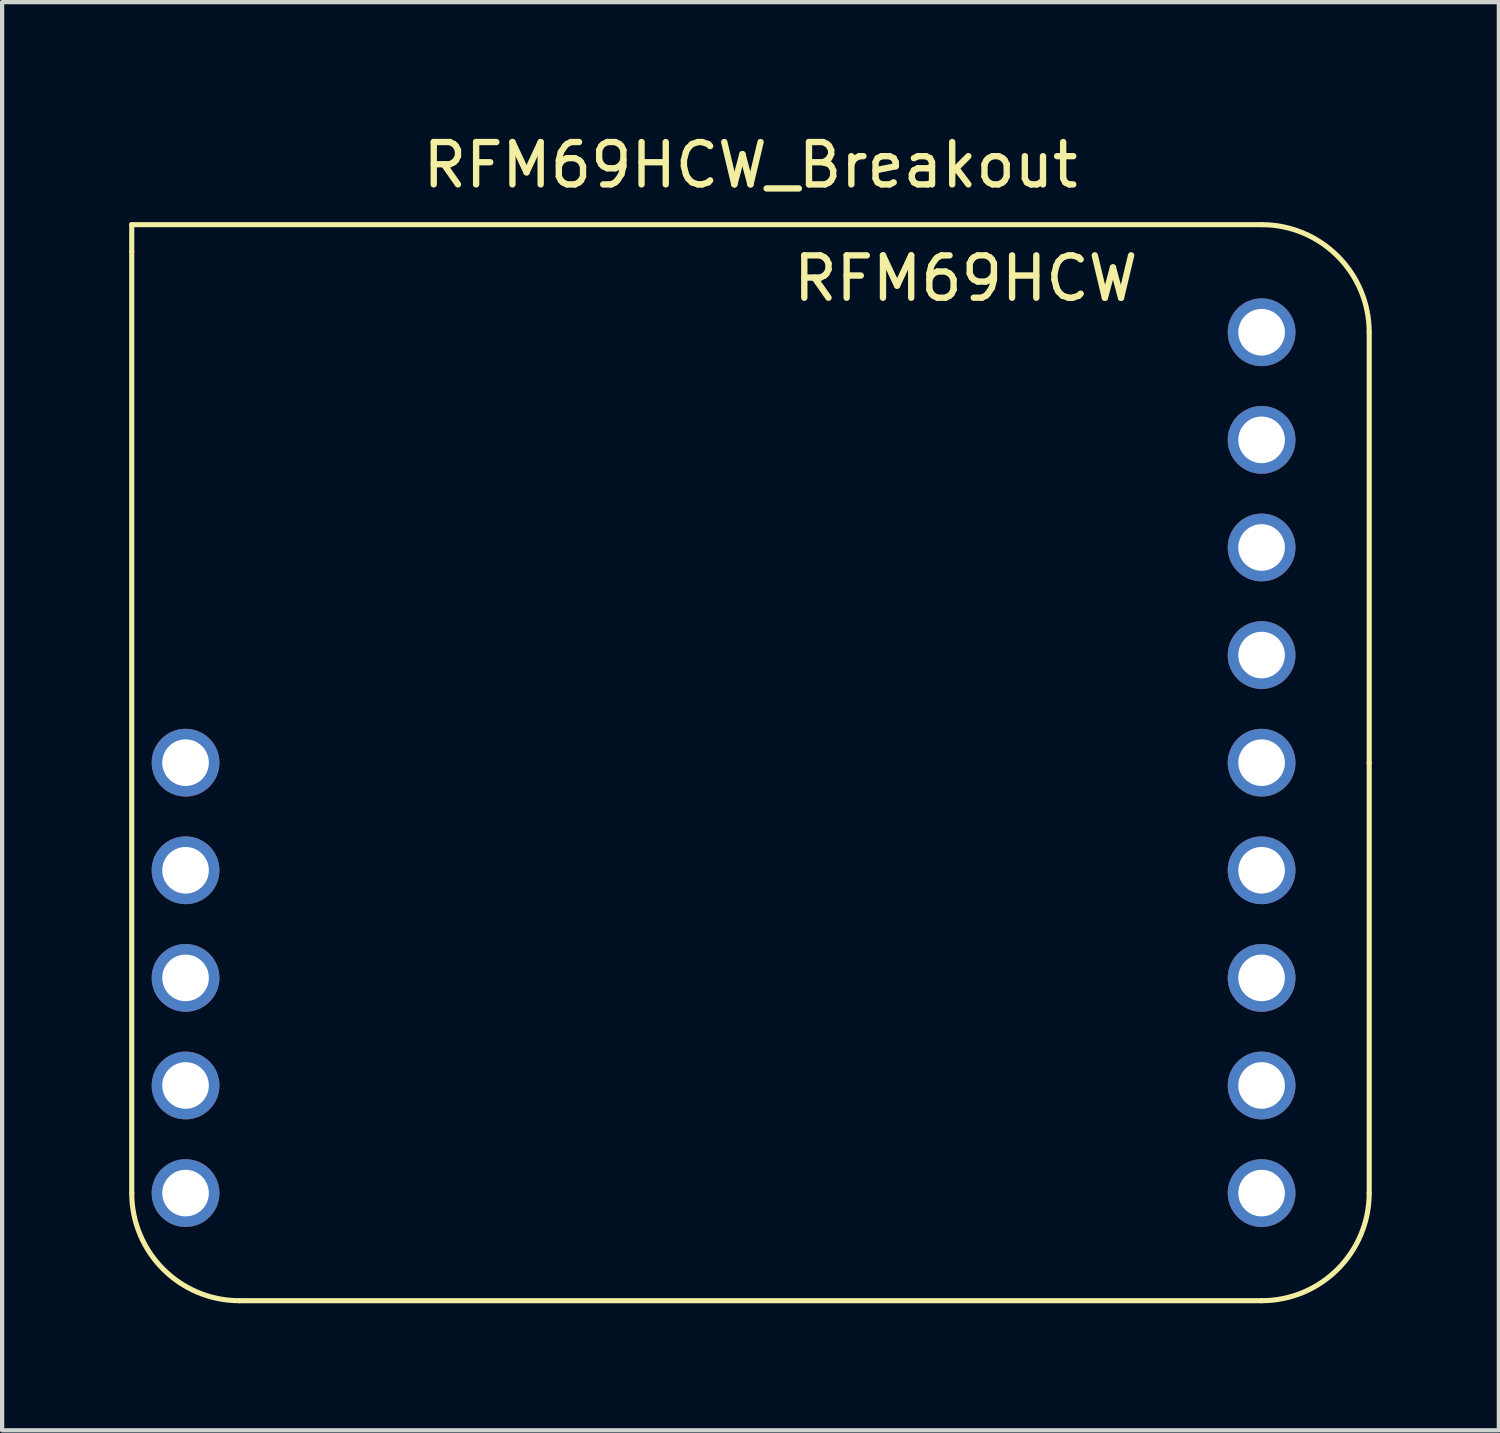
<source format=kicad_pcb>
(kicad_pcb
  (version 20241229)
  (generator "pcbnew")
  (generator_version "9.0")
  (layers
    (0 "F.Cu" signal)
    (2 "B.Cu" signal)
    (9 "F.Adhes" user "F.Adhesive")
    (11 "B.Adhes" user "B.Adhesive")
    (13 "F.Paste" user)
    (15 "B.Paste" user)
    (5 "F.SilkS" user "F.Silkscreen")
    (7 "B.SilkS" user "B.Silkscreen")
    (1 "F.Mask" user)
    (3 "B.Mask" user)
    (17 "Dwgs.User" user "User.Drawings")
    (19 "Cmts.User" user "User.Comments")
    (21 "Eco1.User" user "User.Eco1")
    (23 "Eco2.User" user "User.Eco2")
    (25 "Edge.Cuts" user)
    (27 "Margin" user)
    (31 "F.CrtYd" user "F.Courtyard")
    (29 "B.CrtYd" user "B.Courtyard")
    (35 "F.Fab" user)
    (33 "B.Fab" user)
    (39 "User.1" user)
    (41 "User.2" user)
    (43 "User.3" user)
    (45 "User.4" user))
  (footprint "RFM69HCW_Breakout"
    (layer "F.Cu")
    (at 14.665 14.953)
    (property "Reference" "RFM69HCW_Breakout" (at 0 -14.105 0) (layer "F.SilkS") (effects (font (size 1 1) (thickness 0.15))))
    (attr through_hole)
    (fp_line (start -14.605 -12.065) (end -14.605 -12.7) (stroke (width 0.12) (type solid)) (layer "F.SilkS"))
    (fp_line (start -14.605 -12.065) (end -14.605 10.16) (stroke (width 0.12) (type solid)) (layer "F.SilkS"))
    (fp_line (start -12.065 12.7) (end 12.065 12.7) (stroke (width 0.12) (type solid)) (layer "F.SilkS"))
    (fp_line (start 12.065 -12.7) (end -14.605 -12.7) (stroke (width 0.12) (type solid)) (layer "F.SilkS"))
    (fp_line (start 14.605 0) (end 14.605 -10.16) (stroke (width 0.12) (type solid)) (layer "F.SilkS"))
    (fp_line (start 14.605 0) (end 14.605 10.16) (stroke (width 0.12) (type solid)) (layer "F.SilkS"))
    (fp_arc (start -12.065 12.7) (mid -13.861051 11.956051) (end -14.605 10.16) (stroke (width 0.12) (type solid)) (layer "F.SilkS"))
    (fp_arc (start 12.065 -12.7) (mid 13.861051 -11.956051) (end 14.605 -10.16) (stroke (width 0.12) (type solid)) (layer "F.SilkS"))
    (fp_arc (start 14.605 10.16) (mid 13.861051 11.956051) (end 12.065 12.7) (stroke (width 0.12) (type solid)) (layer "F.SilkS"))
    (fp_text user "RFM69HCW" (at 5.08 -11.43 0) (layer "F.SilkS") (effects (font (size 1 1) (thickness 0.15))))
    (pad "1" thru_hole circle (at 12.065 10.16 180) (size 1.6 1.6) (drill 1.1) (layers "*.Cu" "*.Mask"))
    (pad "2" thru_hole circle (at 12.065 7.62 180) (size 1.6 1.6) (drill 1.1) (layers "*.Cu" "*.Mask"))
    (pad "3" thru_hole circle (at 12.065 5.08 180) (size 1.6 1.6) (drill 1.1) (layers "*.Cu" "*.Mask"))
    (pad "4" thru_hole circle (at 12.065 2.54 180) (size 1.6 1.6) (drill 1.1) (layers "*.Cu" "*.Mask"))
    (pad "5" thru_hole circle (at 12.065 0 180) (size 1.6 1.6) (drill 1.1) (layers "*.Cu" "*.Mask"))
    (pad "6" thru_hole circle (at 12.065 -2.54 180) (size 1.6 1.6) (drill 1.1) (layers "*.Cu" "*.Mask"))
    (pad "7" thru_hole circle (at 12.065 -5.08 180) (size 1.6 1.6) (drill 1.1) (layers "*.Cu" "*.Mask"))
    (pad "8" thru_hole circle (at 12.065 -7.62 180) (size 1.6 1.6) (drill 1.1) (layers "*.Cu" "*.Mask"))
    (pad "9" thru_hole circle (at 12.065 -10.16 180) (size 1.6 1.6) (drill 1.1) (layers "*.Cu" "*.Mask"))
    (pad "10" thru_hole circle (at -13.335 0 180) (size 1.6 1.6) (drill 1.1) (layers "*.Cu" "*.Mask"))
    (pad "11" thru_hole circle (at -13.335 2.54 180) (size 1.6 1.6) (drill 1.1) (layers "*.Cu" "*.Mask"))
    (pad "12" thru_hole circle (at -13.335 5.08 180) (size 1.6 1.6) (drill 1.1) (layers "*.Cu" "*.Mask"))
    (pad "13" thru_hole circle (at -13.335 7.62 180) (size 1.6 1.6) (drill 1.1) (layers "*.Cu" "*.Mask"))
    (pad "14" thru_hole circle (at -13.335 10.16 180) (size 1.6 1.6) (drill 1.1) (layers "*.Cu" "*.Mask")))
  (gr_rect
    (start -3 -3)
    (end 32.33 30.713)
    (stroke (width 0.1) (type default))
    (fill no)
    (layer "Edge.Cuts")))
</source>
